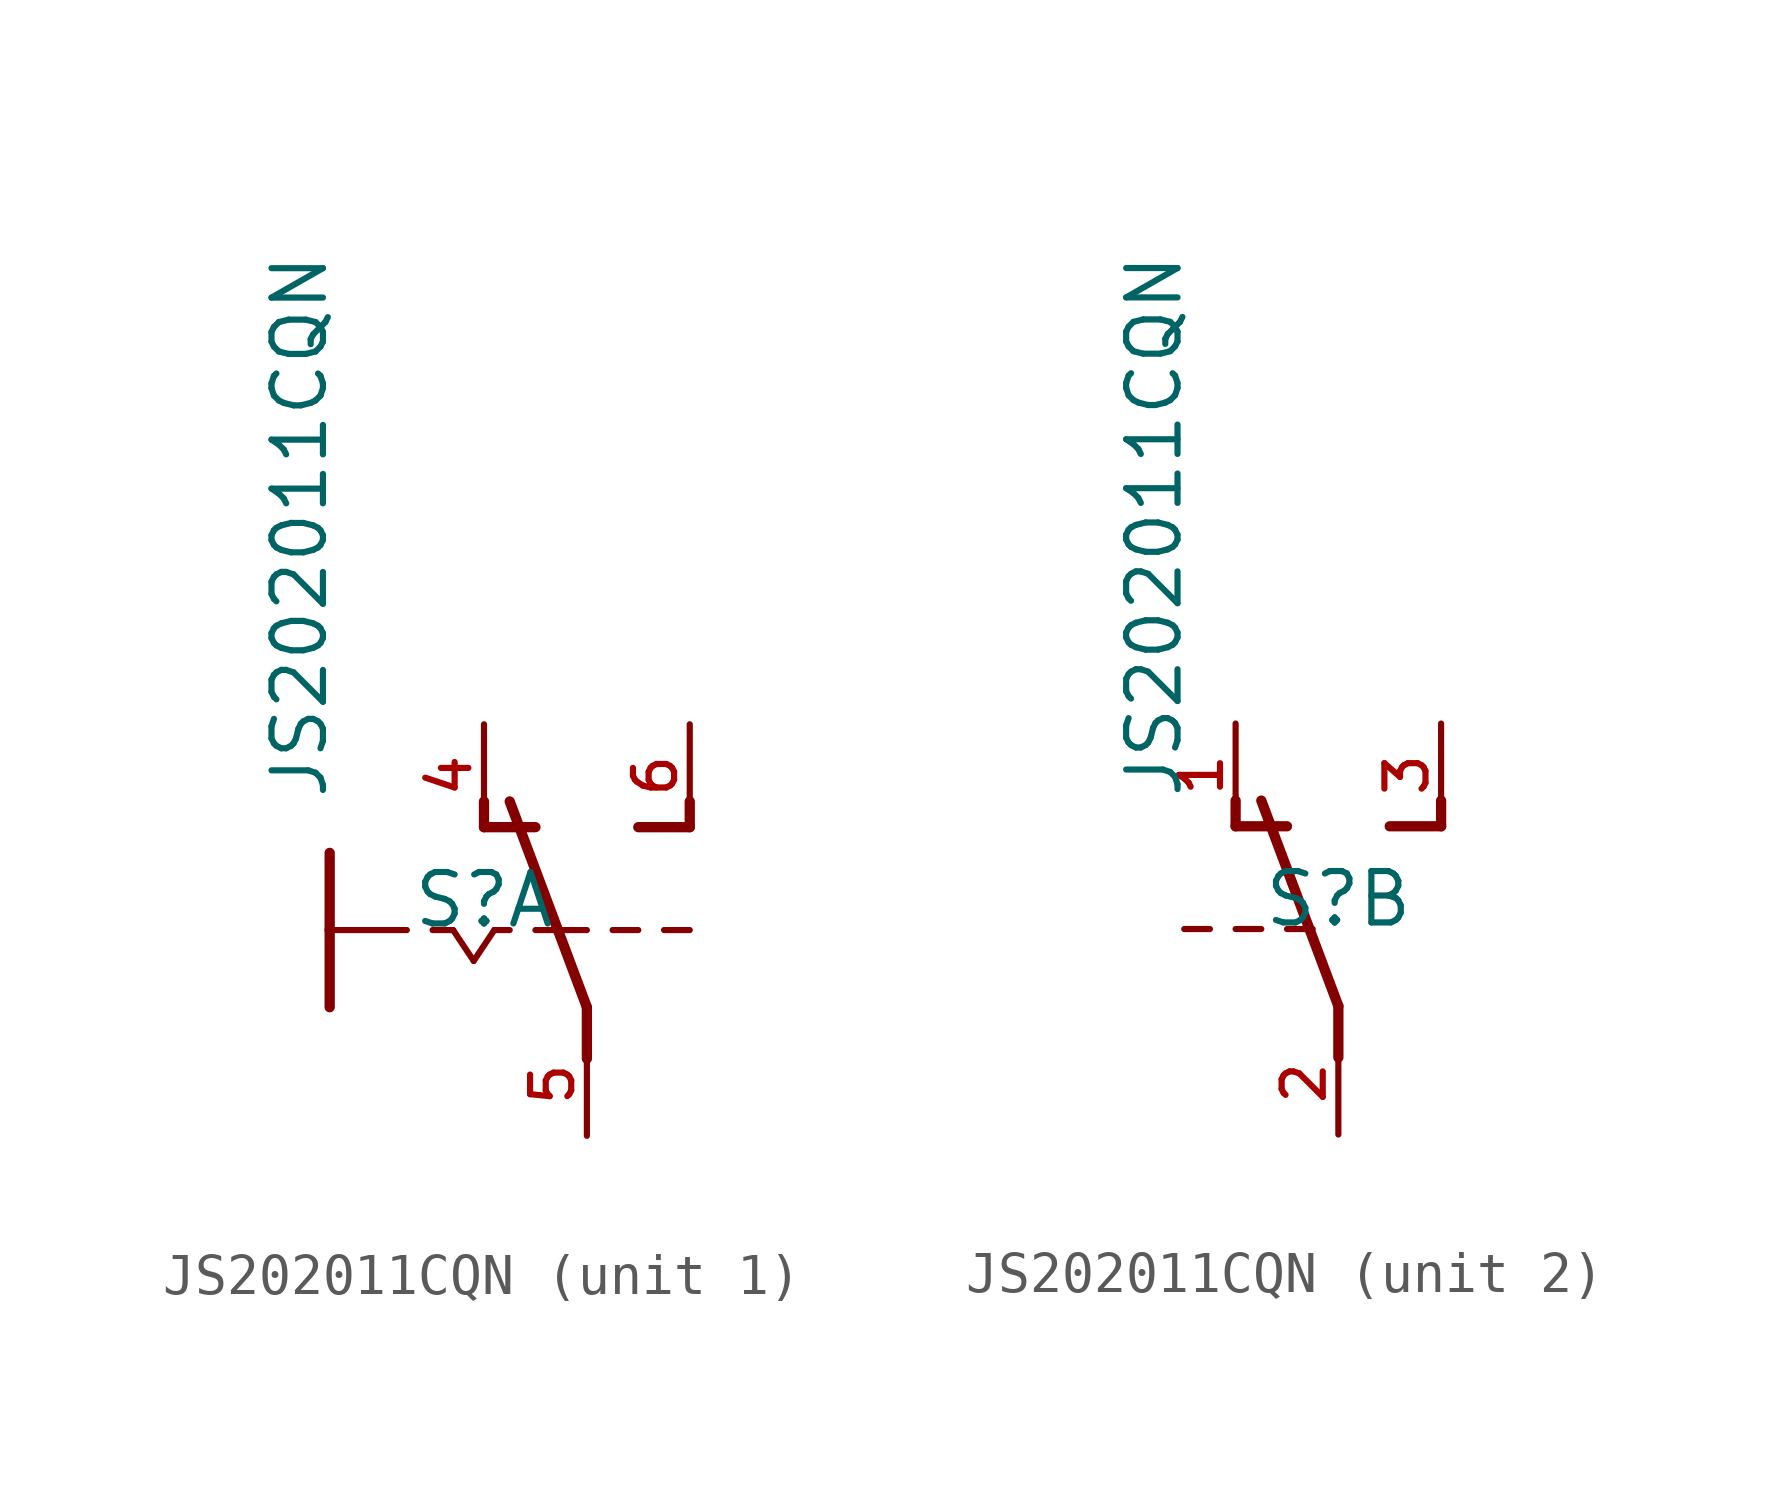
<source format=kicad_sym>
(kicad_symbol_lib
  (version 20231120)
  (generator "kicad_symbol_editor")
  (generator_version "8.0")
  (symbol "JS202011CQN"
    (pin_names
      (offset 1.016))
    (property "Reference" "S"
      (at 0 0 0)
      (effects (font (size 1.27 1.27)) (justify bottom)))
    (property "Value" "JS202011CQN"
      (at -3.813 3.178 90)
      (effects (font (size 1.27 1.27)) (justify left bottom)))
    (symbol "JS202011CQN_1_0"
      (polyline (pts (xy -3.81 0) (xy -3.81 -1.905)) (stroke (width 0.254) (type default)) (fill (type none)))
      (polyline (pts (xy -3.81 0) (xy -1.905 0)) (stroke (width 0.152) (type default)) (fill (type none)))
      (polyline (pts (xy -3.81 1.905) (xy -3.81 0)) (stroke (width 0.254) (type default)) (fill (type none)))
      (polyline (pts (xy -1.27 0) (xy -0.762 0)) (stroke (width 0.152) (type default)) (fill (type none)))
      (polyline (pts (xy -0.762 0) (xy -0.254 -0.762)) (stroke (width 0.152) (type default)) (fill (type none)))
      (polyline (pts (xy -0.254 -0.762) (xy 0.254 0)) (stroke (width 0.152) (type default)) (fill (type none)))
      (polyline (pts (xy 0 2.54) (xy 0 3.175)) (stroke (width 0.254) (type default)) (fill (type none)))
      (polyline (pts (xy 0 2.54) (xy 1.27 2.54)) (stroke (width 0.254) (type default)) (fill (type none)))
      (polyline (pts (xy 0.254 0) (xy 0.635 0)) (stroke (width 0.152) (type default)) (fill (type none)))
      (polyline (pts (xy 1.27 0) (xy 2.54 0)) (stroke (width 0.152) (type default)) (fill (type none)))
      (polyline (pts (xy 2.54 -3.175) (xy 2.54 -1.905)) (stroke (width 0.254) (type default)) (fill (type none)))
      (polyline (pts (xy 2.54 -1.905) (xy 0.635 3.175)) (stroke (width 0.254) (type default)) (fill (type none)))
      (polyline (pts (xy 3.175 0) (xy 3.81 0)) (stroke (width 0.152) (type default)) (fill (type none)))
      (polyline (pts (xy 3.81 2.54) (xy 5.08 2.54)) (stroke (width 0.254) (type default)) (fill (type none)))
      (polyline (pts (xy 4.445 0) (xy 5.08 0)) (stroke (width 0.152) (type default)) (fill (type none)))
      (polyline (pts (xy 5.08 2.54) (xy 5.08 3.175)) (stroke (width 0.254) (type default)) (fill (type none)))
      (pin passive line (at 0 5.08 270) (length 2.54) (name "~" (effects (font (size 1.016 1.016)))) (number "4" (effects (font (size 1.016 1.016)))))
      (pin passive line (at 2.54 -5.08 90) (length 2.54) (name "~" (effects (font (size 1.016 1.016)))) (number "5" (effects (font (size 1.016 1.016)))))
      (pin passive line (at 5.08 5.08 270) (length 2.54) (name "~" (effects (font (size 1.016 1.016)))) (number "6" (effects (font (size 1.016 1.016))))))
    (symbol "JS202011CQN_2_0"
      (polyline (pts (xy -3.175 0) (xy -3.81 0)) (stroke (width 0.152) (type default)) (fill (type none)))
      (polyline (pts (xy -2.54 2.54) (xy -2.54 3.175)) (stroke (width 0.254) (type default)) (fill (type none)))
      (polyline (pts (xy -2.54 2.54) (xy -1.27 2.54)) (stroke (width 0.254) (type default)) (fill (type none)))
      (polyline (pts (xy -1.905 0) (xy -2.54 0)) (stroke (width 0.152) (type default)) (fill (type none)))
      (polyline (pts (xy -0.635 0) (xy -1.27 0)) (stroke (width 0.152) (type default)) (fill (type none)))
      (polyline (pts (xy 0 -3.175) (xy 0 -1.905)) (stroke (width 0.254) (type default)) (fill (type none)))
      (polyline (pts (xy 0 -1.905) (xy -1.905 3.175)) (stroke (width 0.254) (type default)) (fill (type none)))
      (polyline (pts (xy 1.27 2.54) (xy 2.54 2.54)) (stroke (width 0.254) (type default)) (fill (type none)))
      (polyline (pts (xy 2.54 2.54) (xy 2.54 3.175)) (stroke (width 0.254) (type default)) (fill (type none)))
      (pin passive line (at -2.54 5.08 270) (length 2.54) (name "~" (effects (font (size 1.016 1.016)))) (number "1" (effects (font (size 1.016 1.016)))))
      (pin passive line (at 0 -5.08 90) (length 2.54) (name "~" (effects (font (size 1.016 1.016)))) (number "2" (effects (font (size 1.016 1.016)))))
      (pin passive line (at 2.54 5.08 270) (length 2.54) (name "~" (effects (font (size 1.016 1.016)))) (number "3" (effects (font (size 1.016 1.016))))))))
</source>
